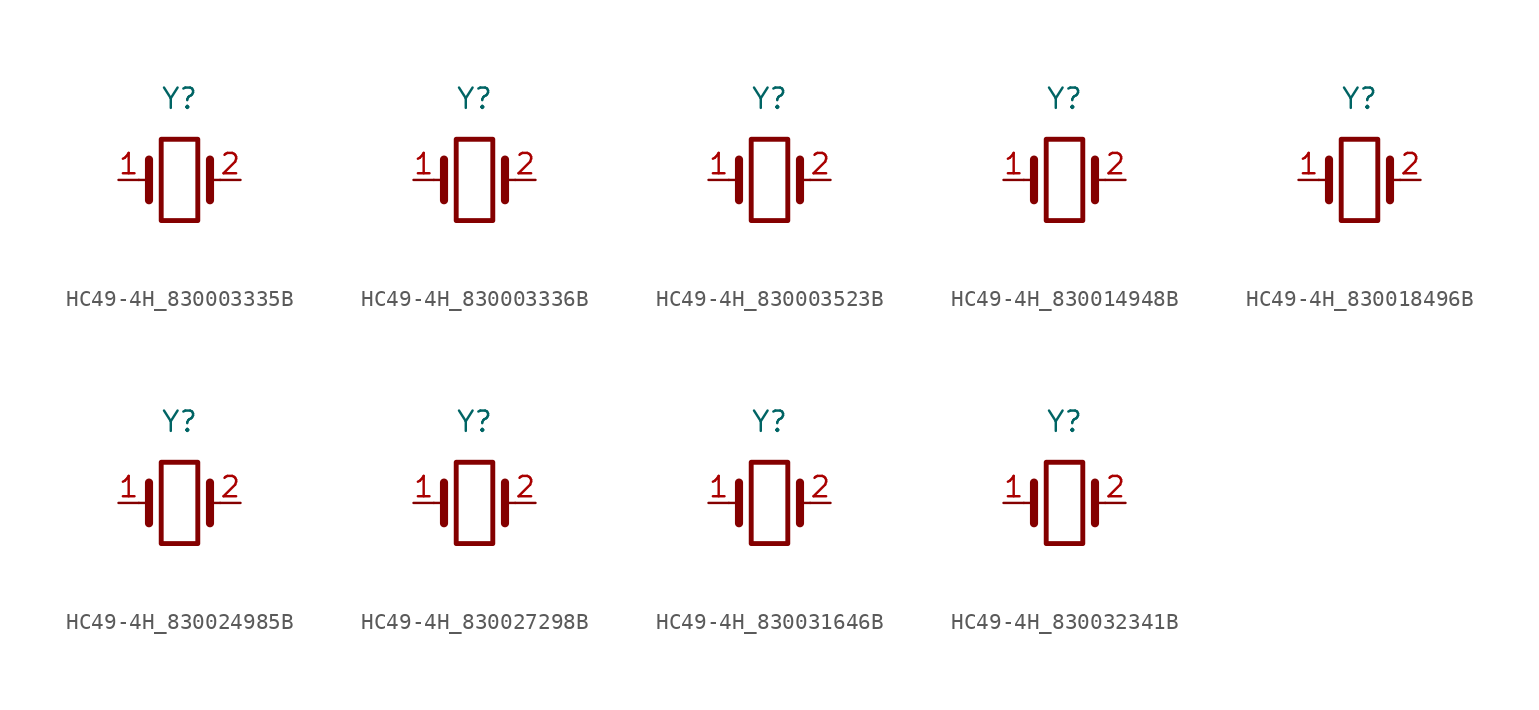
<source format=kicad_sym>
(kicad_symbol_lib
  (version 20220914)
  (generator kicad_symbol_editor)
  (symbol "HC49-4H_830003335B"
    (pin_names hide)
    (property "Reference" "Y"
      (at 0 5.08 0)
      (effects (font (size 1.27 1.27))))
    (property "Critical Parameter" ""
      (at 0 -5.08 0)
      (effects (font (size 1.27 1.27)) (justify left)))
    (symbol "HC49-4H_830003335B_0_1"
      (rectangle (start -1.143 2.54) (end 1.143 -2.54) (stroke (width 0.305) (type default)) (fill (type none)))
      (polyline (pts (xy -2.54 0) (xy -1.905 0)) (stroke (width 0) (type default)) (fill (type none)))
      (polyline (pts (xy -1.905 -1.27) (xy -1.905 1.27)) (stroke (width 0.508) (type default)) (fill (type none)))
      (polyline (pts (xy 1.905 -1.27) (xy 1.905 1.27)) (stroke (width 0.508) (type default)) (fill (type none)))
      (polyline (pts (xy 2.54 0) (xy 1.905 0)) (stroke (width 0) (type default)) (fill (type none))))
    (symbol "HC49-4H_830003335B_1_1"
      (pin passive line (at -3.81 0 0) (length 1.27) (name "1" (effects (font (size 1.27 1.27)))) (number "1" (effects (font (size 1.27 1.27)))))
      (pin passive line (at 3.81 0 180) (length 1.27) (name "2" (effects (font (size 1.27 1.27)))) (number "2" (effects (font (size 1.27 1.27)))))))
  (symbol "HC49-4H_830003336B"
    (pin_names hide)
    (property "Reference" "Y"
      (at 0 5.08 0)
      (effects (font (size 1.27 1.27))))
    (property "Critical Parameter" ""
      (at 0 -5.08 0)
      (effects (font (size 1.27 1.27)) (justify left)))
    (symbol "HC49-4H_830003336B_0_1"
      (rectangle (start -1.143 2.54) (end 1.143 -2.54) (stroke (width 0.305) (type default)) (fill (type none)))
      (polyline (pts (xy -2.54 0) (xy -1.905 0)) (stroke (width 0) (type default)) (fill (type none)))
      (polyline (pts (xy -1.905 -1.27) (xy -1.905 1.27)) (stroke (width 0.508) (type default)) (fill (type none)))
      (polyline (pts (xy 1.905 -1.27) (xy 1.905 1.27)) (stroke (width 0.508) (type default)) (fill (type none)))
      (polyline (pts (xy 2.54 0) (xy 1.905 0)) (stroke (width 0) (type default)) (fill (type none))))
    (symbol "HC49-4H_830003336B_1_1"
      (pin passive line (at -3.81 0 0) (length 1.27) (name "1" (effects (font (size 1.27 1.27)))) (number "1" (effects (font (size 1.27 1.27)))))
      (pin passive line (at 3.81 0 180) (length 1.27) (name "2" (effects (font (size 1.27 1.27)))) (number "2" (effects (font (size 1.27 1.27)))))))
  (symbol "HC49-4H_830003523B"
    (pin_names hide)
    (property "Reference" "Y"
      (at 0 5.08 0)
      (effects (font (size 1.27 1.27))))
    (property "Critical Parameter" ""
      (at 0 -5.08 0)
      (effects (font (size 1.27 1.27)) (justify left)))
    (symbol "HC49-4H_830003523B_0_1"
      (rectangle (start -1.143 2.54) (end 1.143 -2.54) (stroke (width 0.305) (type default)) (fill (type none)))
      (polyline (pts (xy -2.54 0) (xy -1.905 0)) (stroke (width 0) (type default)) (fill (type none)))
      (polyline (pts (xy -1.905 -1.27) (xy -1.905 1.27)) (stroke (width 0.508) (type default)) (fill (type none)))
      (polyline (pts (xy 1.905 -1.27) (xy 1.905 1.27)) (stroke (width 0.508) (type default)) (fill (type none)))
      (polyline (pts (xy 2.54 0) (xy 1.905 0)) (stroke (width 0) (type default)) (fill (type none))))
    (symbol "HC49-4H_830003523B_1_1"
      (pin passive line (at -3.81 0 0) (length 1.27) (name "1" (effects (font (size 1.27 1.27)))) (number "1" (effects (font (size 1.27 1.27)))))
      (pin passive line (at 3.81 0 180) (length 1.27) (name "2" (effects (font (size 1.27 1.27)))) (number "2" (effects (font (size 1.27 1.27)))))))
  (symbol "HC49-4H_830014948B"
    (pin_names hide)
    (property "Reference" "Y"
      (at 0 5.08 0)
      (effects (font (size 1.27 1.27))))
    (property "Critical Parameter" ""
      (at 0 -5.08 0)
      (effects (font (size 1.27 1.27)) (justify left)))
    (symbol "HC49-4H_830014948B_0_1"
      (rectangle (start -1.143 2.54) (end 1.143 -2.54) (stroke (width 0.305) (type default)) (fill (type none)))
      (polyline (pts (xy -2.54 0) (xy -1.905 0)) (stroke (width 0) (type default)) (fill (type none)))
      (polyline (pts (xy -1.905 -1.27) (xy -1.905 1.27)) (stroke (width 0.508) (type default)) (fill (type none)))
      (polyline (pts (xy 1.905 -1.27) (xy 1.905 1.27)) (stroke (width 0.508) (type default)) (fill (type none)))
      (polyline (pts (xy 2.54 0) (xy 1.905 0)) (stroke (width 0) (type default)) (fill (type none))))
    (symbol "HC49-4H_830014948B_1_1"
      (pin passive line (at -3.81 0 0) (length 1.27) (name "1" (effects (font (size 1.27 1.27)))) (number "1" (effects (font (size 1.27 1.27)))))
      (pin passive line (at 3.81 0 180) (length 1.27) (name "2" (effects (font (size 1.27 1.27)))) (number "2" (effects (font (size 1.27 1.27)))))))
  (symbol "HC49-4H_830018496B"
    (pin_names hide)
    (property "Reference" "Y"
      (at 0 5.08 0)
      (effects (font (size 1.27 1.27))))
    (property "Critical Parameter" ""
      (at 0 -5.08 0)
      (effects (font (size 1.27 1.27)) (justify left)))
    (symbol "HC49-4H_830018496B_0_1"
      (rectangle (start -1.143 2.54) (end 1.143 -2.54) (stroke (width 0.305) (type default)) (fill (type none)))
      (polyline (pts (xy -2.54 0) (xy -1.905 0)) (stroke (width 0) (type default)) (fill (type none)))
      (polyline (pts (xy -1.905 -1.27) (xy -1.905 1.27)) (stroke (width 0.508) (type default)) (fill (type none)))
      (polyline (pts (xy 1.905 -1.27) (xy 1.905 1.27)) (stroke (width 0.508) (type default)) (fill (type none)))
      (polyline (pts (xy 2.54 0) (xy 1.905 0)) (stroke (width 0) (type default)) (fill (type none))))
    (symbol "HC49-4H_830018496B_1_1"
      (pin passive line (at -3.81 0 0) (length 1.27) (name "1" (effects (font (size 1.27 1.27)))) (number "1" (effects (font (size 1.27 1.27)))))
      (pin passive line (at 3.81 0 180) (length 1.27) (name "2" (effects (font (size 1.27 1.27)))) (number "2" (effects (font (size 1.27 1.27)))))))
  (symbol "HC49-4H_830024985B"
    (pin_names hide)
    (property "Reference" "Y"
      (at 0 5.08 0)
      (effects (font (size 1.27 1.27))))
    (property "Critical Parameter" ""
      (at 0 -5.08 0)
      (effects (font (size 1.27 1.27)) (justify left)))
    (symbol "HC49-4H_830024985B_0_1"
      (rectangle (start -1.143 2.54) (end 1.143 -2.54) (stroke (width 0.305) (type default)) (fill (type none)))
      (polyline (pts (xy -2.54 0) (xy -1.905 0)) (stroke (width 0) (type default)) (fill (type none)))
      (polyline (pts (xy -1.905 -1.27) (xy -1.905 1.27)) (stroke (width 0.508) (type default)) (fill (type none)))
      (polyline (pts (xy 1.905 -1.27) (xy 1.905 1.27)) (stroke (width 0.508) (type default)) (fill (type none)))
      (polyline (pts (xy 2.54 0) (xy 1.905 0)) (stroke (width 0) (type default)) (fill (type none))))
    (symbol "HC49-4H_830024985B_1_1"
      (pin passive line (at -3.81 0 0) (length 1.27) (name "1" (effects (font (size 1.27 1.27)))) (number "1" (effects (font (size 1.27 1.27)))))
      (pin passive line (at 3.81 0 180) (length 1.27) (name "2" (effects (font (size 1.27 1.27)))) (number "2" (effects (font (size 1.27 1.27)))))))
  (symbol "HC49-4H_830027298B"
    (pin_names hide)
    (property "Reference" "Y"
      (at 0 5.08 0)
      (effects (font (size 1.27 1.27))))
    (property "Critical Parameter" ""
      (at 0 -5.08 0)
      (effects (font (size 1.27 1.27)) (justify left)))
    (symbol "HC49-4H_830027298B_0_1"
      (rectangle (start -1.143 2.54) (end 1.143 -2.54) (stroke (width 0.305) (type default)) (fill (type none)))
      (polyline (pts (xy -2.54 0) (xy -1.905 0)) (stroke (width 0) (type default)) (fill (type none)))
      (polyline (pts (xy -1.905 -1.27) (xy -1.905 1.27)) (stroke (width 0.508) (type default)) (fill (type none)))
      (polyline (pts (xy 1.905 -1.27) (xy 1.905 1.27)) (stroke (width 0.508) (type default)) (fill (type none)))
      (polyline (pts (xy 2.54 0) (xy 1.905 0)) (stroke (width 0) (type default)) (fill (type none))))
    (symbol "HC49-4H_830027298B_1_1"
      (pin passive line (at -3.81 0 0) (length 1.27) (name "1" (effects (font (size 1.27 1.27)))) (number "1" (effects (font (size 1.27 1.27)))))
      (pin passive line (at 3.81 0 180) (length 1.27) (name "2" (effects (font (size 1.27 1.27)))) (number "2" (effects (font (size 1.27 1.27)))))))
  (symbol "HC49-4H_830031646B"
    (pin_names hide)
    (property "Reference" "Y"
      (at 0 5.08 0)
      (effects (font (size 1.27 1.27))))
    (property "Critical Parameter" ""
      (at 0 -5.08 0)
      (effects (font (size 1.27 1.27)) (justify left)))
    (symbol "HC49-4H_830031646B_0_1"
      (rectangle (start -1.143 2.54) (end 1.143 -2.54) (stroke (width 0.305) (type default)) (fill (type none)))
      (polyline (pts (xy -2.54 0) (xy -1.905 0)) (stroke (width 0) (type default)) (fill (type none)))
      (polyline (pts (xy -1.905 -1.27) (xy -1.905 1.27)) (stroke (width 0.508) (type default)) (fill (type none)))
      (polyline (pts (xy 1.905 -1.27) (xy 1.905 1.27)) (stroke (width 0.508) (type default)) (fill (type none)))
      (polyline (pts (xy 2.54 0) (xy 1.905 0)) (stroke (width 0) (type default)) (fill (type none))))
    (symbol "HC49-4H_830031646B_1_1"
      (pin passive line (at -3.81 0 0) (length 1.27) (name "1" (effects (font (size 1.27 1.27)))) (number "1" (effects (font (size 1.27 1.27)))))
      (pin passive line (at 3.81 0 180) (length 1.27) (name "2" (effects (font (size 1.27 1.27)))) (number "2" (effects (font (size 1.27 1.27)))))))
  (symbol "HC49-4H_830032341B"
    (pin_names hide)
    (property "Reference" "Y"
      (at 0 5.08 0)
      (effects (font (size 1.27 1.27))))
    (property "Critical Parameter" ""
      (at 0 -5.08 0)
      (effects (font (size 1.27 1.27)) (justify left)))
    (symbol "HC49-4H_830032341B_0_1"
      (rectangle (start -1.143 2.54) (end 1.143 -2.54) (stroke (width 0.305) (type default)) (fill (type none)))
      (polyline (pts (xy -2.54 0) (xy -1.905 0)) (stroke (width 0) (type default)) (fill (type none)))
      (polyline (pts (xy -1.905 -1.27) (xy -1.905 1.27)) (stroke (width 0.508) (type default)) (fill (type none)))
      (polyline (pts (xy 1.905 -1.27) (xy 1.905 1.27)) (stroke (width 0.508) (type default)) (fill (type none)))
      (polyline (pts (xy 2.54 0) (xy 1.905 0)) (stroke (width 0) (type default)) (fill (type none))))
    (symbol "HC49-4H_830032341B_1_1"
      (pin passive line (at -3.81 0 0) (length 1.27) (name "1" (effects (font (size 1.27 1.27)))) (number "1" (effects (font (size 1.27 1.27)))))
      (pin passive line (at 3.81 0 180) (length 1.27) (name "2" (effects (font (size 1.27 1.27)))) (number "2" (effects (font (size 1.27 1.27))))))))
</source>
